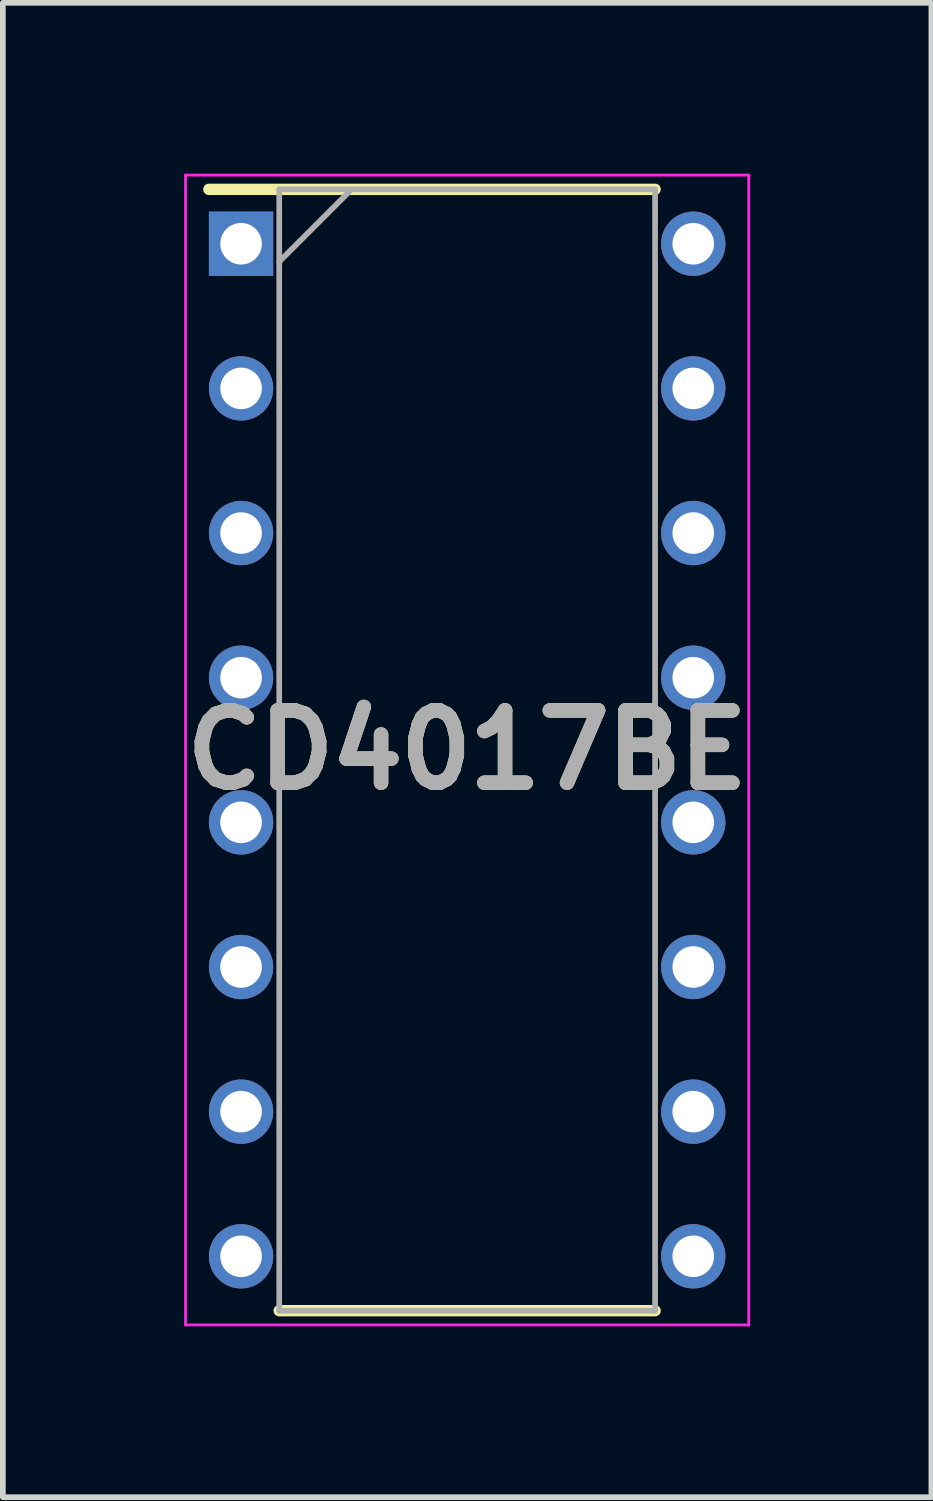
<source format=kicad_pcb>
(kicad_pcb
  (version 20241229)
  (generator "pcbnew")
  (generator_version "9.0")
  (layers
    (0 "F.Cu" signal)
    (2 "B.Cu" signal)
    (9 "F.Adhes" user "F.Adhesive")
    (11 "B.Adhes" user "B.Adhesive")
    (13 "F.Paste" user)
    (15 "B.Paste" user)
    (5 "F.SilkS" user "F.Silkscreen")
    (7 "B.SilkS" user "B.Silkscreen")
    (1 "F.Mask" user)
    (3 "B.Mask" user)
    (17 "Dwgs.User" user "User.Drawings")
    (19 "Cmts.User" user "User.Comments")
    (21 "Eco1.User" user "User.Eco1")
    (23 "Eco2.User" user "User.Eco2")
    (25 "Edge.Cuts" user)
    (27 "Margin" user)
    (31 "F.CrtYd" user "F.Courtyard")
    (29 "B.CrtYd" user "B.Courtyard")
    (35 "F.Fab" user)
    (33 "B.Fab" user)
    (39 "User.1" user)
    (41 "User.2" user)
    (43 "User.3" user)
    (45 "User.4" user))
  (footprint "CD4017BE"
    (layer "F.Cu")
    (at 5.153 10.12)
    (property "Reference" "CD4017BE" (at 0 0 0) (layer "F.SilkS") (effects (font (size 1.27 1.27) (thickness 0.254))))
    (attr through_hole)
    (fp_line (start -4.535 -9.845) (end 3.3 -9.845) (stroke (width 0.2) (type solid)) (layer "F.SilkS"))
    (fp_line (start -3.3 9.845) (end 3.3 9.845) (stroke (width 0.2) (type solid)) (layer "F.SilkS"))
    (fp_line (start -4.945 -10.095) (end 4.945 -10.095) (stroke (width 0.05) (type solid)) (layer "F.CrtYd"))
    (fp_line (start -4.945 10.095) (end -4.945 -10.095) (stroke (width 0.05) (type solid)) (layer "F.CrtYd"))
    (fp_line (start 4.945 -10.095) (end 4.945 10.095) (stroke (width 0.05) (type solid)) (layer "F.CrtYd"))
    (fp_line (start 4.945 10.095) (end -4.945 10.095) (stroke (width 0.05) (type solid)) (layer "F.CrtYd"))
    (fp_line (start -3.3 -9.845) (end 3.3 -9.845) (stroke (width 0.1) (type solid)) (layer "F.Fab"))
    (fp_line (start -3.3 -8.575) (end -2.03 -9.845) (stroke (width 0.1) (type solid)) (layer "F.Fab"))
    (fp_line (start -3.3 9.845) (end -3.3 -9.845) (stroke (width 0.1) (type solid)) (layer "F.Fab"))
    (fp_line (start 3.3 -9.845) (end 3.3 9.845) (stroke (width 0.1) (type solid)) (layer "F.Fab"))
    (fp_line (start 3.3 9.845) (end -3.3 9.845) (stroke (width 0.1) (type solid)) (layer "F.Fab"))
    (fp_text user "${REFERENCE}" (at 0 0 0) (layer "F.Fab") (effects (font (size 1.27 1.27) (thickness 0.254))))
    (pad "1" thru_hole rect (at -3.97 -8.89) (size 1.13 1.13) (drill 0.73) (layers "*.Cu" "*.Mask"))
    (pad "2" thru_hole circle (at -3.97 -6.35) (size 1.13 1.13) (drill 0.73) (layers "*.Cu" "*.Mask"))
    (pad "3" thru_hole circle (at -3.97 -3.81) (size 1.13 1.13) (drill 0.73) (layers "*.Cu" "*.Mask"))
    (pad "4" thru_hole circle (at -3.97 -1.27) (size 1.13 1.13) (drill 0.73) (layers "*.Cu" "*.Mask"))
    (pad "5" thru_hole circle (at -3.97 1.27) (size 1.13 1.13) (drill 0.73) (layers "*.Cu" "*.Mask"))
    (pad "6" thru_hole circle (at -3.97 3.81) (size 1.13 1.13) (drill 0.73) (layers "*.Cu" "*.Mask"))
    (pad "7" thru_hole circle (at -3.97 6.35) (size 1.13 1.13) (drill 0.73) (layers "*.Cu" "*.Mask"))
    (pad "8" thru_hole circle (at -3.97 8.89) (size 1.13 1.13) (drill 0.73) (layers "*.Cu" "*.Mask"))
    (pad "9" thru_hole circle (at 3.97 8.89) (size 1.13 1.13) (drill 0.73) (layers "*.Cu" "*.Mask"))
    (pad "10" thru_hole circle (at 3.97 6.35) (size 1.13 1.13) (drill 0.73) (layers "*.Cu" "*.Mask"))
    (pad "11" thru_hole circle (at 3.97 3.81) (size 1.13 1.13) (drill 0.73) (layers "*.Cu" "*.Mask"))
    (pad "12" thru_hole circle (at 3.97 1.27) (size 1.13 1.13) (drill 0.73) (layers "*.Cu" "*.Mask"))
    (pad "13" thru_hole circle (at 3.97 -1.27) (size 1.13 1.13) (drill 0.73) (layers "*.Cu" "*.Mask"))
    (pad "14" thru_hole circle (at 3.97 -3.81) (size 1.13 1.13) (drill 0.73) (layers "*.Cu" "*.Mask"))
    (pad "15" thru_hole circle (at 3.97 -6.35) (size 1.13 1.13) (drill 0.73) (layers "*.Cu" "*.Mask"))
    (pad "16" thru_hole circle (at 3.97 -8.89) (size 1.13 1.13) (drill 0.73) (layers "*.Cu" "*.Mask")))
  (gr_rect
    (start -3 -3)
    (end 13.305 23.24)
    (stroke (width 0.1) (type default))
    (fill no)
    (layer "Edge.Cuts")))
</source>
